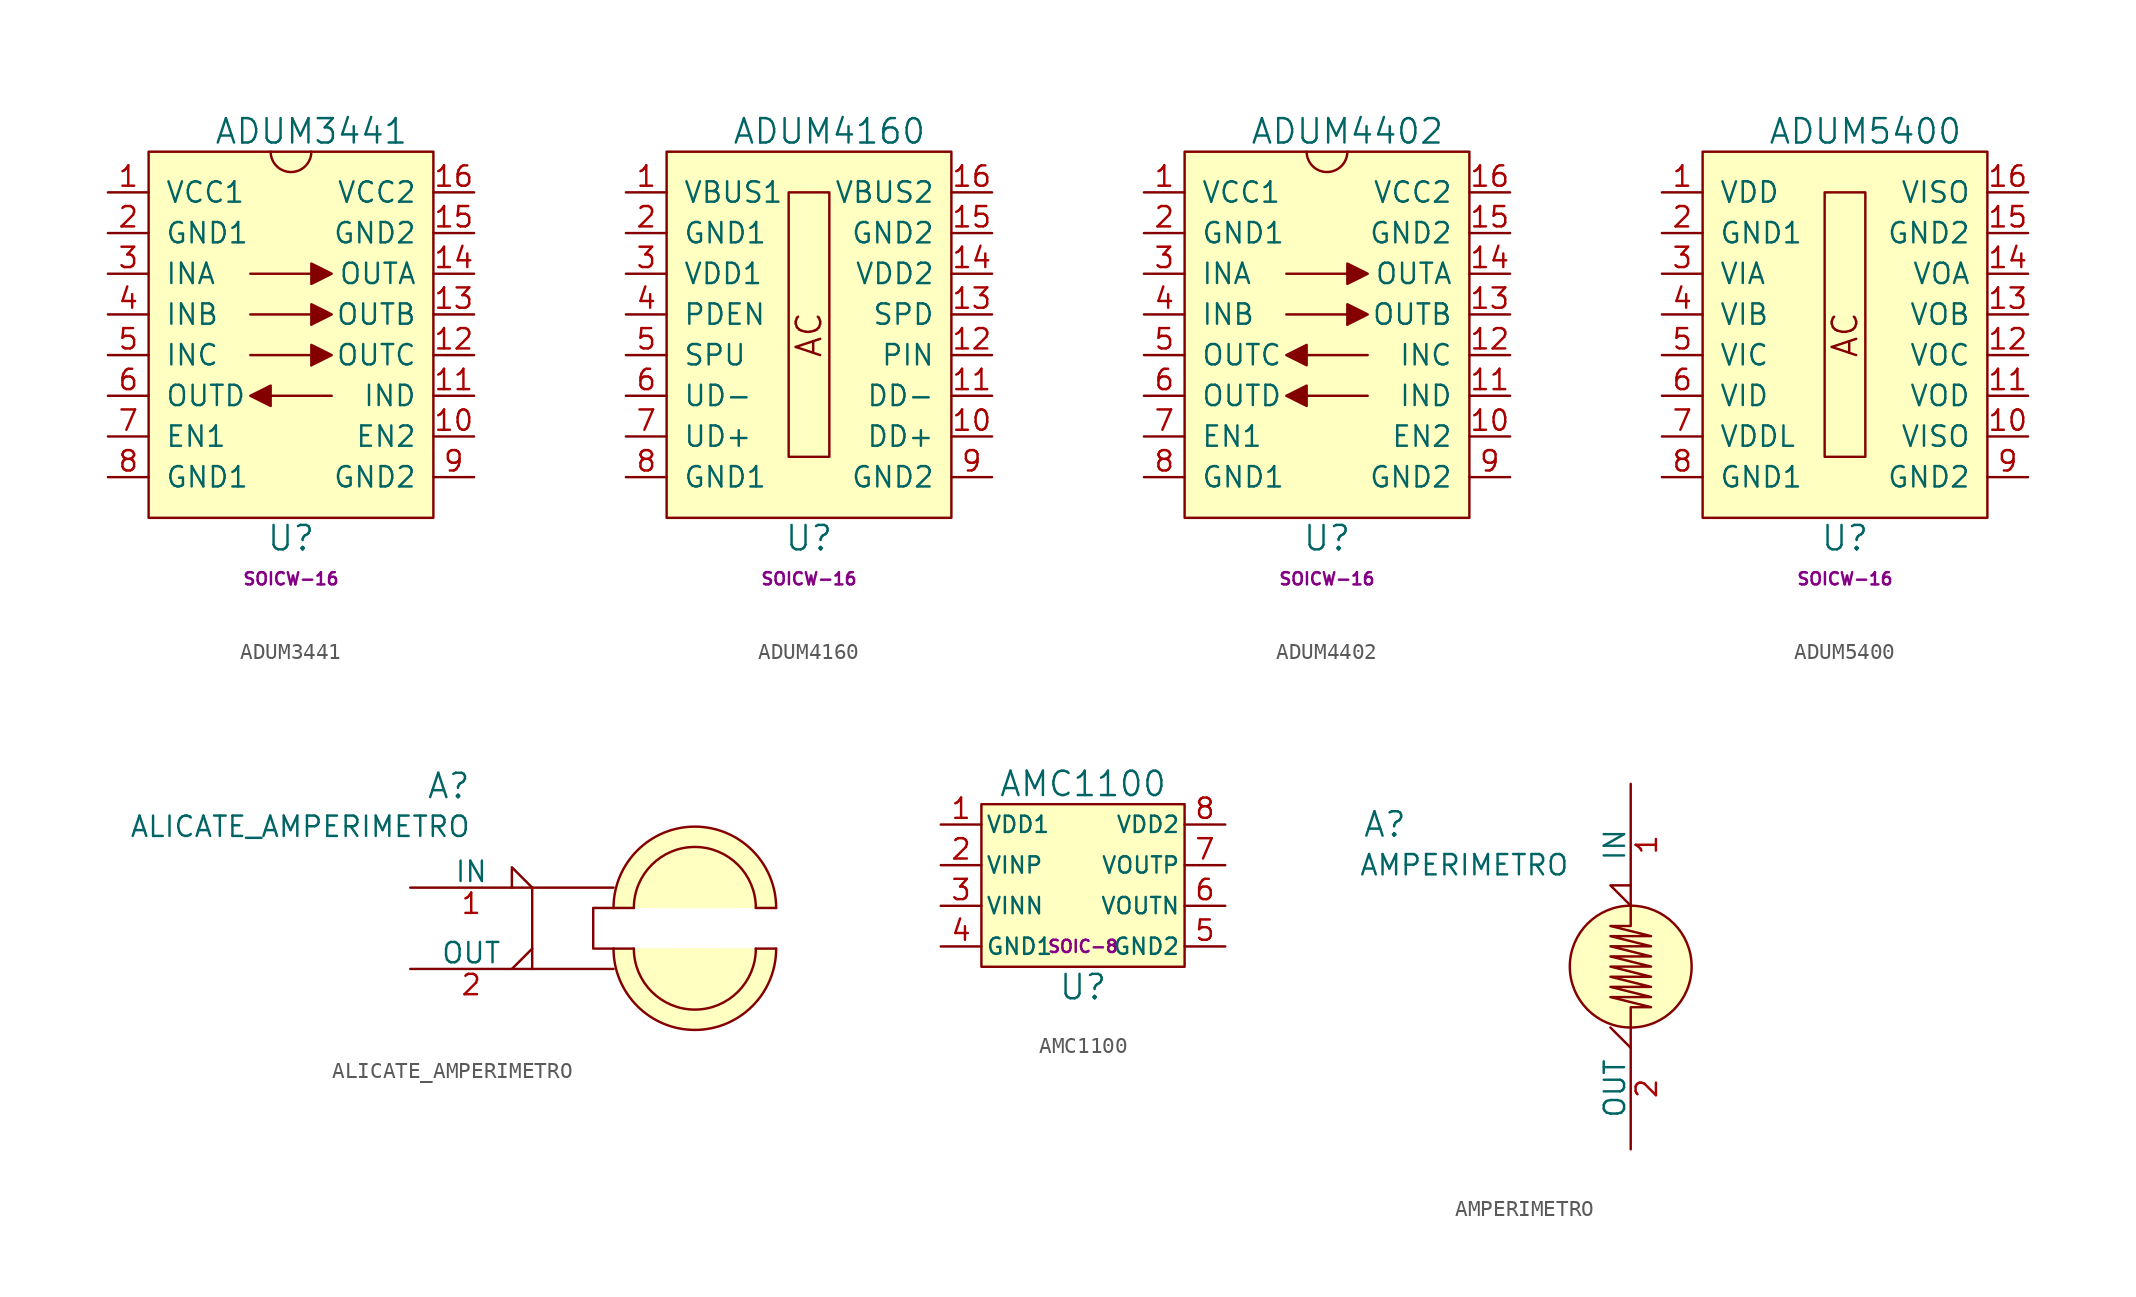
<source format=kicad_sym>
(kicad_symbol_lib
  (version 20220914)
  (generator kicad_symbol_editor)
  (symbol "ADUM3441"
    (pin_names
      (offset 1.016))
    (property "Reference" "U"
      (at 0 -12.7 0)
      (effects (font (size 1.524 1.524))))
    (property "Value" "ADUM3441"
      (at 1.27 12.7 0)
      (effects (font (size 1.524 1.524))))
    (property "Footprint" "SOICW-16"
      (at 0 -15.24 0)
      (effects (font (size 0.762 0.762))))
    (property "Datasheet" ""
      (at 0 0 0)
      (effects (font (size 1.524 1.524))))
    (symbol "ADUM3441_0_1"
      (arc (start -1.27 11.43) (mid 0 10.1655) (end 1.27 11.43) (stroke (width 0) (type default)) (fill (type none)))
      (polyline (pts (xy -2.54 -1.27) (xy 1.27 -1.27) (xy 1.27 -1.27)) (stroke (width 0) (type default)) (fill (type none)))
      (polyline (pts (xy -2.54 1.27) (xy 1.27 1.27) (xy 1.27 1.27)) (stroke (width 0) (type default)) (fill (type none)))
      (polyline (pts (xy -2.54 3.81) (xy 1.27 3.81) (xy 1.27 3.81)) (stroke (width 0) (type default)) (fill (type none)))
      (polyline (pts (xy 1.27 -1.27) (xy 1.27 -1.905) (xy 1.27 -1.905)) (stroke (width 0) (type default)) (fill (type none)))
      (polyline (pts (xy 1.27 1.27) (xy 1.27 0.635) (xy 1.27 0.635)) (stroke (width 0) (type default)) (fill (type none)))
      (polyline (pts (xy 2.54 -3.81) (xy -1.27 -3.81) (xy -1.27 -3.81)) (stroke (width 0) (type default)) (fill (type none)))
      (polyline (pts (xy 1.27 -1.27) (xy 1.27 -0.635) (xy 2.54 -1.27) (xy 1.27 -1.905) (xy 1.27 -1.905)) (stroke (width 0) (type default)) (fill (type outline)))
      (polyline (pts (xy 1.27 1.27) (xy 1.27 1.905) (xy 2.54 1.27) (xy 1.27 0.635) (xy 1.27 0.635)) (stroke (width 0) (type default)) (fill (type outline)))
      (polyline (pts (xy -1.27 -3.81) (xy -1.27 -3.175) (xy -2.54 -3.81) (xy -1.27 -4.445) (xy -1.27 -3.81) (xy -1.27 -3.81)) (stroke (width 0) (type default)) (fill (type outline)))
      (polyline (pts (xy 1.27 3.81) (xy 1.27 4.445) (xy 2.54 3.81) (xy 1.27 3.175) (xy 1.27 3.81) (xy 1.27 3.81)) (stroke (width 0) (type default)) (fill (type outline)))
      (polyline (pts (xy -8.89 11.43) (xy -8.89 -11.43) (xy 8.89 -11.43) (xy 8.89 11.43) (xy -8.89 11.43) (xy -8.89 11.43) (xy -8.89 11.43)) (stroke (width 0) (type default)) (fill (type background))))
    (symbol "ADUM3441_1_1"
      (pin bidirectional line (at -11.43 8.89 0) (length 2.54) (name "VCC1" (effects (font (size 1.27 1.27)))) (number "1" (effects (font (size 1.27 1.27)))))
      (pin bidirectional line (at 11.43 -6.35 180) (length 2.54) (name "EN2" (effects (font (size 1.27 1.27)))) (number "10" (effects (font (size 1.27 1.27)))))
      (pin bidirectional line (at 11.43 -3.81 180) (length 2.54) (name "IND" (effects (font (size 1.27 1.27)))) (number "11" (effects (font (size 1.27 1.27)))))
      (pin bidirectional line (at 11.43 -1.27 180) (length 2.54) (name "OUTC" (effects (font (size 1.27 1.27)))) (number "12" (effects (font (size 1.27 1.27)))))
      (pin bidirectional line (at 11.43 1.27 180) (length 2.54) (name "OUTB" (effects (font (size 1.27 1.27)))) (number "13" (effects (font (size 1.27 1.27)))))
      (pin bidirectional line (at 11.43 3.81 180) (length 2.54) (name "OUTA" (effects (font (size 1.27 1.27)))) (number "14" (effects (font (size 1.27 1.27)))))
      (pin bidirectional line (at 11.43 6.35 180) (length 2.54) (name "GND2" (effects (font (size 1.27 1.27)))) (number "15" (effects (font (size 1.27 1.27)))))
      (pin bidirectional line (at 11.43 8.89 180) (length 2.54) (name "VCC2" (effects (font (size 1.27 1.27)))) (number "16" (effects (font (size 1.27 1.27)))))
      (pin bidirectional line (at -11.43 6.35 0) (length 2.54) (name "GND1" (effects (font (size 1.27 1.27)))) (number "2" (effects (font (size 1.27 1.27)))))
      (pin bidirectional line (at -11.43 3.81 0) (length 2.54) (name "INA" (effects (font (size 1.27 1.27)))) (number "3" (effects (font (size 1.27 1.27)))))
      (pin bidirectional line (at -11.43 1.27 0) (length 2.54) (name "INB" (effects (font (size 1.27 1.27)))) (number "4" (effects (font (size 1.27 1.27)))))
      (pin bidirectional line (at -11.43 -1.27 0) (length 2.54) (name "INC" (effects (font (size 1.27 1.27)))) (number "5" (effects (font (size 1.27 1.27)))))
      (pin bidirectional line (at -11.43 -3.81 0) (length 2.54) (name "OUTD" (effects (font (size 1.27 1.27)))) (number "6" (effects (font (size 1.27 1.27)))))
      (pin bidirectional line (at -11.43 -6.35 0) (length 2.54) (name "EN1" (effects (font (size 1.27 1.27)))) (number "7" (effects (font (size 1.27 1.27)))))
      (pin bidirectional line (at -11.43 -8.89 0) (length 2.54) (name "GND1" (effects (font (size 1.27 1.27)))) (number "8" (effects (font (size 1.27 1.27)))))
      (pin bidirectional line (at 11.43 -8.89 180) (length 2.54) (name "GND2" (effects (font (size 1.27 1.27)))) (number "9" (effects (font (size 1.27 1.27)))))))
  (symbol "ADUM4160"
    (pin_names
      (offset 1.016))
    (property "Reference" "U"
      (at 0 -12.7 0)
      (effects (font (size 1.524 1.524))))
    (property "Value" "ADUM4160"
      (at 1.27 12.7 0)
      (effects (font (size 1.524 1.524))))
    (property "Footprint" "SOICW-16"
      (at 0 -15.24 0)
      (effects (font (size 0.762 0.762))))
    (property "Datasheet" ""
      (at 0 0 0)
      (effects (font (size 1.524 1.524))))
    (symbol "ADUM4160_0_0"
      (text "AC" (at 0 0 900) (effects (font (size 1.524 1.524)))))
    (symbol "ADUM4160_0_1"
      (polyline (pts (xy -1.27 8.89) (xy 1.27 8.89) (xy 1.27 -7.62) (xy -1.27 -7.62) (xy -1.27 8.89) (xy -1.27 8.89)) (stroke (width 0) (type default)) (fill (type none)))
      (polyline (pts (xy -8.89 11.43) (xy -8.89 -11.43) (xy 8.89 -11.43) (xy 8.89 11.43) (xy -8.89 11.43) (xy -8.89 11.43) (xy -8.89 11.43)) (stroke (width 0) (type default)) (fill (type background))))
    (symbol "ADUM4160_1_1"
      (pin bidirectional line (at -11.43 8.89 0) (length 2.54) (name "VBUS1" (effects (font (size 1.27 1.27)))) (number "1" (effects (font (size 1.27 1.27)))))
      (pin bidirectional line (at 11.43 -6.35 180) (length 2.54) (name "DD+" (effects (font (size 1.27 1.27)))) (number "10" (effects (font (size 1.27 1.27)))))
      (pin bidirectional line (at 11.43 -3.81 180) (length 2.54) (name "DD-" (effects (font (size 1.27 1.27)))) (number "11" (effects (font (size 1.27 1.27)))))
      (pin bidirectional line (at 11.43 -1.27 180) (length 2.54) (name "PIN" (effects (font (size 1.27 1.27)))) (number "12" (effects (font (size 1.27 1.27)))))
      (pin bidirectional line (at 11.43 1.27 180) (length 2.54) (name "SPD" (effects (font (size 1.27 1.27)))) (number "13" (effects (font (size 1.27 1.27)))))
      (pin bidirectional line (at 11.43 3.81 180) (length 2.54) (name "VDD2" (effects (font (size 1.27 1.27)))) (number "14" (effects (font (size 1.27 1.27)))))
      (pin bidirectional line (at 11.43 6.35 180) (length 2.54) (name "GND2" (effects (font (size 1.27 1.27)))) (number "15" (effects (font (size 1.27 1.27)))))
      (pin bidirectional line (at 11.43 8.89 180) (length 2.54) (name "VBUS2" (effects (font (size 1.27 1.27)))) (number "16" (effects (font (size 1.27 1.27)))))
      (pin bidirectional line (at -11.43 6.35 0) (length 2.54) (name "GND1" (effects (font (size 1.27 1.27)))) (number "2" (effects (font (size 1.27 1.27)))))
      (pin bidirectional line (at -11.43 3.81 0) (length 2.54) (name "VDD1" (effects (font (size 1.27 1.27)))) (number "3" (effects (font (size 1.27 1.27)))))
      (pin bidirectional line (at -11.43 1.27 0) (length 2.54) (name "PDEN" (effects (font (size 1.27 1.27)))) (number "4" (effects (font (size 1.27 1.27)))))
      (pin bidirectional line (at -11.43 -1.27 0) (length 2.54) (name "SPU" (effects (font (size 1.27 1.27)))) (number "5" (effects (font (size 1.27 1.27)))))
      (pin bidirectional line (at -11.43 -3.81 0) (length 2.54) (name "UD-" (effects (font (size 1.27 1.27)))) (number "6" (effects (font (size 1.27 1.27)))))
      (pin bidirectional line (at -11.43 -6.35 0) (length 2.54) (name "UD+" (effects (font (size 1.27 1.27)))) (number "7" (effects (font (size 1.27 1.27)))))
      (pin bidirectional line (at -11.43 -8.89 0) (length 2.54) (name "GND1" (effects (font (size 1.27 1.27)))) (number "8" (effects (font (size 1.27 1.27)))))
      (pin bidirectional line (at 11.43 -8.89 180) (length 2.54) (name "GND2" (effects (font (size 1.27 1.27)))) (number "9" (effects (font (size 1.27 1.27)))))))
  (symbol "ADUM4402"
    (pin_names
      (offset 1.016))
    (property "Reference" "U"
      (at 0 -12.7 0)
      (effects (font (size 1.524 1.524))))
    (property "Value" "ADUM4402"
      (at 1.27 12.7 0)
      (effects (font (size 1.524 1.524))))
    (property "Footprint" "SOICW-16"
      (at 0 -15.24 0)
      (effects (font (size 0.762 0.762))))
    (property "Datasheet" ""
      (at 0 0 0)
      (effects (font (size 1.524 1.524))))
    (symbol "ADUM4402_0_1"
      (arc (start -1.27 11.43) (mid 0 10.1655) (end 1.27 11.43) (stroke (width 0) (type default)) (fill (type none)))
      (polyline (pts (xy -2.54 1.27) (xy 1.27 1.27) (xy 1.27 1.27)) (stroke (width 0) (type default)) (fill (type none)))
      (polyline (pts (xy -2.54 3.81) (xy 1.27 3.81) (xy 1.27 3.81)) (stroke (width 0) (type default)) (fill (type none)))
      (polyline (pts (xy 1.27 1.27) (xy 1.27 0.635) (xy 1.27 0.635)) (stroke (width 0) (type default)) (fill (type none)))
      (polyline (pts (xy 2.54 -3.81) (xy -1.27 -3.81) (xy -1.27 -3.81)) (stroke (width 0) (type default)) (fill (type none)))
      (polyline (pts (xy 2.54 -1.27) (xy -1.27 -1.27) (xy -1.27 -1.27)) (stroke (width 0) (type default)) (fill (type none)))
      (polyline (pts (xy 1.27 1.27) (xy 1.27 1.905) (xy 2.54 1.27) (xy 1.27 0.635) (xy 1.27 0.635)) (stroke (width 0) (type default)) (fill (type outline)))
      (polyline (pts (xy -1.27 -3.81) (xy -1.27 -3.175) (xy -2.54 -3.81) (xy -1.27 -4.445) (xy -1.27 -3.81) (xy -1.27 -3.81)) (stroke (width 0) (type default)) (fill (type outline)))
      (polyline (pts (xy -1.27 -1.27) (xy -1.27 -0.635) (xy -2.54 -1.27) (xy -1.27 -1.905) (xy -1.27 -1.27) (xy -1.27 -1.27)) (stroke (width 0) (type default)) (fill (type outline)))
      (polyline (pts (xy 1.27 3.81) (xy 1.27 4.445) (xy 2.54 3.81) (xy 1.27 3.175) (xy 1.27 3.81) (xy 1.27 3.81)) (stroke (width 0) (type default)) (fill (type outline)))
      (polyline (pts (xy -8.89 11.43) (xy -8.89 -11.43) (xy 8.89 -11.43) (xy 8.89 11.43) (xy -8.89 11.43) (xy -8.89 11.43) (xy -8.89 11.43)) (stroke (width 0) (type default)) (fill (type background))))
    (symbol "ADUM4402_1_1"
      (pin bidirectional line (at -11.43 8.89 0) (length 2.54) (name "VCC1" (effects (font (size 1.27 1.27)))) (number "1" (effects (font (size 1.27 1.27)))))
      (pin bidirectional line (at 11.43 -6.35 180) (length 2.54) (name "EN2" (effects (font (size 1.27 1.27)))) (number "10" (effects (font (size 1.27 1.27)))))
      (pin bidirectional line (at 11.43 -3.81 180) (length 2.54) (name "IND" (effects (font (size 1.27 1.27)))) (number "11" (effects (font (size 1.27 1.27)))))
      (pin bidirectional line (at 11.43 -1.27 180) (length 2.54) (name "INC" (effects (font (size 1.27 1.27)))) (number "12" (effects (font (size 1.27 1.27)))))
      (pin bidirectional line (at 11.43 1.27 180) (length 2.54) (name "OUTB" (effects (font (size 1.27 1.27)))) (number "13" (effects (font (size 1.27 1.27)))))
      (pin bidirectional line (at 11.43 3.81 180) (length 2.54) (name "OUTA" (effects (font (size 1.27 1.27)))) (number "14" (effects (font (size 1.27 1.27)))))
      (pin bidirectional line (at 11.43 6.35 180) (length 2.54) (name "GND2" (effects (font (size 1.27 1.27)))) (number "15" (effects (font (size 1.27 1.27)))))
      (pin bidirectional line (at 11.43 8.89 180) (length 2.54) (name "VCC2" (effects (font (size 1.27 1.27)))) (number "16" (effects (font (size 1.27 1.27)))))
      (pin bidirectional line (at -11.43 6.35 0) (length 2.54) (name "GND1" (effects (font (size 1.27 1.27)))) (number "2" (effects (font (size 1.27 1.27)))))
      (pin bidirectional line (at -11.43 3.81 0) (length 2.54) (name "INA" (effects (font (size 1.27 1.27)))) (number "3" (effects (font (size 1.27 1.27)))))
      (pin bidirectional line (at -11.43 1.27 0) (length 2.54) (name "INB" (effects (font (size 1.27 1.27)))) (number "4" (effects (font (size 1.27 1.27)))))
      (pin bidirectional line (at -11.43 -1.27 0) (length 2.54) (name "OUTC" (effects (font (size 1.27 1.27)))) (number "5" (effects (font (size 1.27 1.27)))))
      (pin bidirectional line (at -11.43 -3.81 0) (length 2.54) (name "OUTD" (effects (font (size 1.27 1.27)))) (number "6" (effects (font (size 1.27 1.27)))))
      (pin bidirectional line (at -11.43 -6.35 0) (length 2.54) (name "EN1" (effects (font (size 1.27 1.27)))) (number "7" (effects (font (size 1.27 1.27)))))
      (pin bidirectional line (at -11.43 -8.89 0) (length 2.54) (name "GND1" (effects (font (size 1.27 1.27)))) (number "8" (effects (font (size 1.27 1.27)))))
      (pin bidirectional line (at 11.43 -8.89 180) (length 2.54) (name "GND2" (effects (font (size 1.27 1.27)))) (number "9" (effects (font (size 1.27 1.27)))))))
  (symbol "ADUM5400"
    (pin_names
      (offset 1.016))
    (property "Reference" "U"
      (at 0 -12.7 0)
      (effects (font (size 1.524 1.524))))
    (property "Value" "ADUM5400"
      (at 1.27 12.7 0)
      (effects (font (size 1.524 1.524))))
    (property "Footprint" "SOICW-16"
      (at 0 -15.24 0)
      (effects (font (size 0.762 0.762))))
    (property "Datasheet" ""
      (at 0 0 0)
      (effects (font (size 1.524 1.524))))
    (symbol "ADUM5400_0_0"
      (text "AC" (at 0 0 900) (effects (font (size 1.524 1.524)))))
    (symbol "ADUM5400_0_1"
      (polyline (pts (xy -1.27 8.89) (xy 1.27 8.89) (xy 1.27 -7.62) (xy -1.27 -7.62) (xy -1.27 8.89) (xy -1.27 8.89)) (stroke (width 0) (type default)) (fill (type none)))
      (polyline (pts (xy -8.89 11.43) (xy -8.89 -11.43) (xy 8.89 -11.43) (xy 8.89 11.43) (xy -8.89 11.43) (xy -8.89 11.43) (xy -8.89 11.43)) (stroke (width 0) (type default)) (fill (type background))))
    (symbol "ADUM5400_1_1"
      (pin bidirectional line (at -11.43 8.89 0) (length 2.54) (name "VDD" (effects (font (size 1.27 1.27)))) (number "1" (effects (font (size 1.27 1.27)))))
      (pin bidirectional line (at 11.43 -6.35 180) (length 2.54) (name "VISO" (effects (font (size 1.27 1.27)))) (number "10" (effects (font (size 1.27 1.27)))))
      (pin bidirectional line (at 11.43 -3.81 180) (length 2.54) (name "VOD" (effects (font (size 1.27 1.27)))) (number "11" (effects (font (size 1.27 1.27)))))
      (pin bidirectional line (at 11.43 -1.27 180) (length 2.54) (name "VOC" (effects (font (size 1.27 1.27)))) (number "12" (effects (font (size 1.27 1.27)))))
      (pin bidirectional line (at 11.43 1.27 180) (length 2.54) (name "VOB" (effects (font (size 1.27 1.27)))) (number "13" (effects (font (size 1.27 1.27)))))
      (pin bidirectional line (at 11.43 3.81 180) (length 2.54) (name "VOA" (effects (font (size 1.27 1.27)))) (number "14" (effects (font (size 1.27 1.27)))))
      (pin bidirectional line (at 11.43 6.35 180) (length 2.54) (name "GND2" (effects (font (size 1.27 1.27)))) (number "15" (effects (font (size 1.27 1.27)))))
      (pin bidirectional line (at 11.43 8.89 180) (length 2.54) (name "VISO" (effects (font (size 1.27 1.27)))) (number "16" (effects (font (size 1.27 1.27)))))
      (pin bidirectional line (at -11.43 6.35 0) (length 2.54) (name "GND1" (effects (font (size 1.27 1.27)))) (number "2" (effects (font (size 1.27 1.27)))))
      (pin bidirectional line (at -11.43 3.81 0) (length 2.54) (name "VIA" (effects (font (size 1.27 1.27)))) (number "3" (effects (font (size 1.27 1.27)))))
      (pin bidirectional line (at -11.43 1.27 0) (length 2.54) (name "VIB" (effects (font (size 1.27 1.27)))) (number "4" (effects (font (size 1.27 1.27)))))
      (pin bidirectional line (at -11.43 -1.27 0) (length 2.54) (name "VIC" (effects (font (size 1.27 1.27)))) (number "5" (effects (font (size 1.27 1.27)))))
      (pin bidirectional line (at -11.43 -3.81 0) (length 2.54) (name "VID" (effects (font (size 1.27 1.27)))) (number "6" (effects (font (size 1.27 1.27)))))
      (pin bidirectional line (at -11.43 -6.35 0) (length 2.54) (name "VDDL" (effects (font (size 1.27 1.27)))) (number "7" (effects (font (size 1.27 1.27)))))
      (pin bidirectional line (at -11.43 -8.89 0) (length 2.54) (name "GND1" (effects (font (size 1.27 1.27)))) (number "8" (effects (font (size 1.27 1.27)))))
      (pin bidirectional line (at 11.43 -8.89 180) (length 2.54) (name "GND2" (effects (font (size 1.27 1.27)))) (number "9" (effects (font (size 1.27 1.27)))))))
  (symbol "ALICATE_AMPERIMETRO"
    (pin_names
      (offset 0))
    (property "Reference" "A"
      (at -13.97 8.89 0)
      (effects (font (size 1.524 1.524)) (justify right)))
    (property "Value" "ALICATE_AMPERIMETRO"
      (at -13.97 6.35 0)
      (effects (font (size 1.27 1.27)) (justify right)))
    (property "Datasheet" ""
      (at 0 -1.27 0)
      (effects (font (size 1.524 1.524))))
    (symbol "ALICATE_AMPERIMETRO_0_1"
      (arc (start -5.08 -1.27) (mid 0 -6.3279) (end 5.08 -1.27) (stroke (width 0) (type default)) (fill (type background)))
      (arc (start -3.81 -1.27) (mid 0 -5.0634) (end 3.81 -1.27) (stroke (width 0) (type default)) (fill (type background)))
      (polyline (pts (xy -10.16 -2.54) (xy -10.16 2.54)) (stroke (width 0) (type default)) (fill (type none)))
      (polyline (pts (xy -5.08 -2.54) (xy -10.16 -2.54)) (stroke (width 0) (type default)) (fill (type none)))
      (polyline (pts (xy -5.08 2.54) (xy -10.16 2.54)) (stroke (width 0) (type default)) (fill (type none)))
      (polyline (pts (xy -3.81 -1.27) (xy -5.08 -1.27)) (stroke (width 0) (type default)) (fill (type none)))
      (polyline (pts (xy -3.81 1.27) (xy -5.08 1.27)) (stroke (width 0) (type default)) (fill (type none)))
      (polyline (pts (xy 3.81 1.27) (xy 5.08 1.27)) (stroke (width 0) (type default)) (fill (type none)))
      (polyline (pts (xy 5.08 -1.27) (xy 3.81 -1.27)) (stroke (width 0) (type default)) (fill (type none)))
      (polyline (pts (xy -5.08 1.27) (xy -6.35 1.27) (xy -6.35 -1.27) (xy -5.08 -1.27)) (stroke (width 0) (type default)) (fill (type none)))
      (arc (start 3.81 1.27) (mid 0 5.0634) (end -3.81 1.27) (stroke (width 0) (type default)) (fill (type none)))
      (arc (start 5.08 1.27) (mid 0 6.3279) (end -5.08 1.27) (stroke (width 0) (type default)) (fill (type background))))
    (symbol "ALICATE_AMPERIMETRO_1_1"
      (pin input input_low (at -17.78 2.54 0) (length 7.62) (name "IN" (effects (font (size 1.27 1.27)))) (number "1" (effects (font (size 1.27 1.27)))))
      (pin input output_low (at -17.78 -2.54 0) (length 7.62) (name "OUT" (effects (font (size 1.27 1.27)))) (number "2" (effects (font (size 1.27 1.27)))))))
  (symbol "AMC1100"
    (pin_names
      (offset 0.254))
    (property "Reference" "U"
      (at 0 -6.35 0)
      (effects (font (size 1.524 1.524))))
    (property "Value" "AMC1100"
      (at 0 6.35 0)
      (effects (font (size 1.524 1.524))))
    (property "Footprint" "SOIC-8"
      (at 0 -3.81 0)
      (effects (font (size 0.762 0.762))))
    (property "Datasheet" ""
      (at 0 0 0)
      (effects (font (size 1.524 1.524))))
    (symbol "AMC1100_0_1"
      (rectangle (start -6.35 5.08) (end 6.35 -5.08) (stroke (width 0) (type default)) (fill (type background))))
    (symbol "AMC1100_1_1"
      (pin bidirectional line (at -8.89 3.81 0) (length 2.54) (name "VDD1" (effects (font (size 1.016 1.016)))) (number "1" (effects (font (size 1.27 1.27)))))
      (pin bidirectional line (at -8.89 1.27 0) (length 2.54) (name "VINP" (effects (font (size 1.016 1.016)))) (number "2" (effects (font (size 1.27 1.27)))))
      (pin bidirectional line (at -8.89 -1.27 0) (length 2.54) (name "VINN" (effects (font (size 1.016 1.016)))) (number "3" (effects (font (size 1.27 1.27)))))
      (pin bidirectional line (at -8.89 -3.81 0) (length 2.54) (name "GND1" (effects (font (size 1.016 1.016)))) (number "4" (effects (font (size 1.27 1.27)))))
      (pin bidirectional line (at 8.89 -3.81 180) (length 2.54) (name "GND2" (effects (font (size 1.016 1.016)))) (number "5" (effects (font (size 1.27 1.27)))))
      (pin bidirectional line (at 8.89 -1.27 180) (length 2.54) (name "VOUTN" (effects (font (size 1.016 1.016)))) (number "6" (effects (font (size 1.27 1.27)))))
      (pin bidirectional line (at 8.89 1.27 180) (length 2.54) (name "VOUTP" (effects (font (size 1.016 1.016)))) (number "7" (effects (font (size 1.27 1.27)))))
      (pin bidirectional line (at 8.89 3.81 180) (length 2.54) (name "VDD2" (effects (font (size 1.016 1.016)))) (number "8" (effects (font (size 1.27 1.27)))))))
  (symbol "AMPERIMETRO"
    (pin_names
      (offset 0))
    (property "Reference" "A"
      (at -13.97 8.89 0)
      (effects (font (size 1.524 1.524)) (justify right)))
    (property "Value" "AMPERIMETRO"
      (at -3.81 6.35 0)
      (effects (font (size 1.27 1.27)) (justify right)))
    (property "Datasheet" ""
      (at 0 0 0)
      (effects (font (size 1.524 1.524))))
    (symbol "AMPERIMETRO_0_1"
      (polyline (pts (xy 0 3.81) (xy 0 2.54) (xy -1.27 2.54) (xy 1.27 1.905) (xy -1.27 1.905) (xy 1.27 1.27) (xy -1.27 1.27) (xy 1.27 0.635) (xy -1.27 0.635) (xy 1.27 0) (xy -1.27 0) (xy 1.27 -0.635) (xy -1.27 -0.635) (xy 1.27 -1.27) (xy -1.27 -1.27) (xy 1.27 -1.905) (xy -1.27 -1.905) (xy 1.27 -2.54) (xy 0 -2.54) (xy 0 -3.81)) (stroke (width 0) (type default)) (fill (type none)))
      (circle (center 0 0) (radius 3.81) (stroke (width 0) (type default)) (fill (type background))))
    (symbol "AMPERIMETRO_1_1"
      (pin input input_low (at 0 11.43 270) (length 7.62) (name "IN" (effects (font (size 1.27 1.27)))) (number "1" (effects (font (size 1.27 1.27)))))
      (pin input output_low (at 0 -11.43 90) (length 7.62) (name "OUT" (effects (font (size 1.27 1.27)))) (number "2" (effects (font (size 1.27 1.27))))))))
</source>
